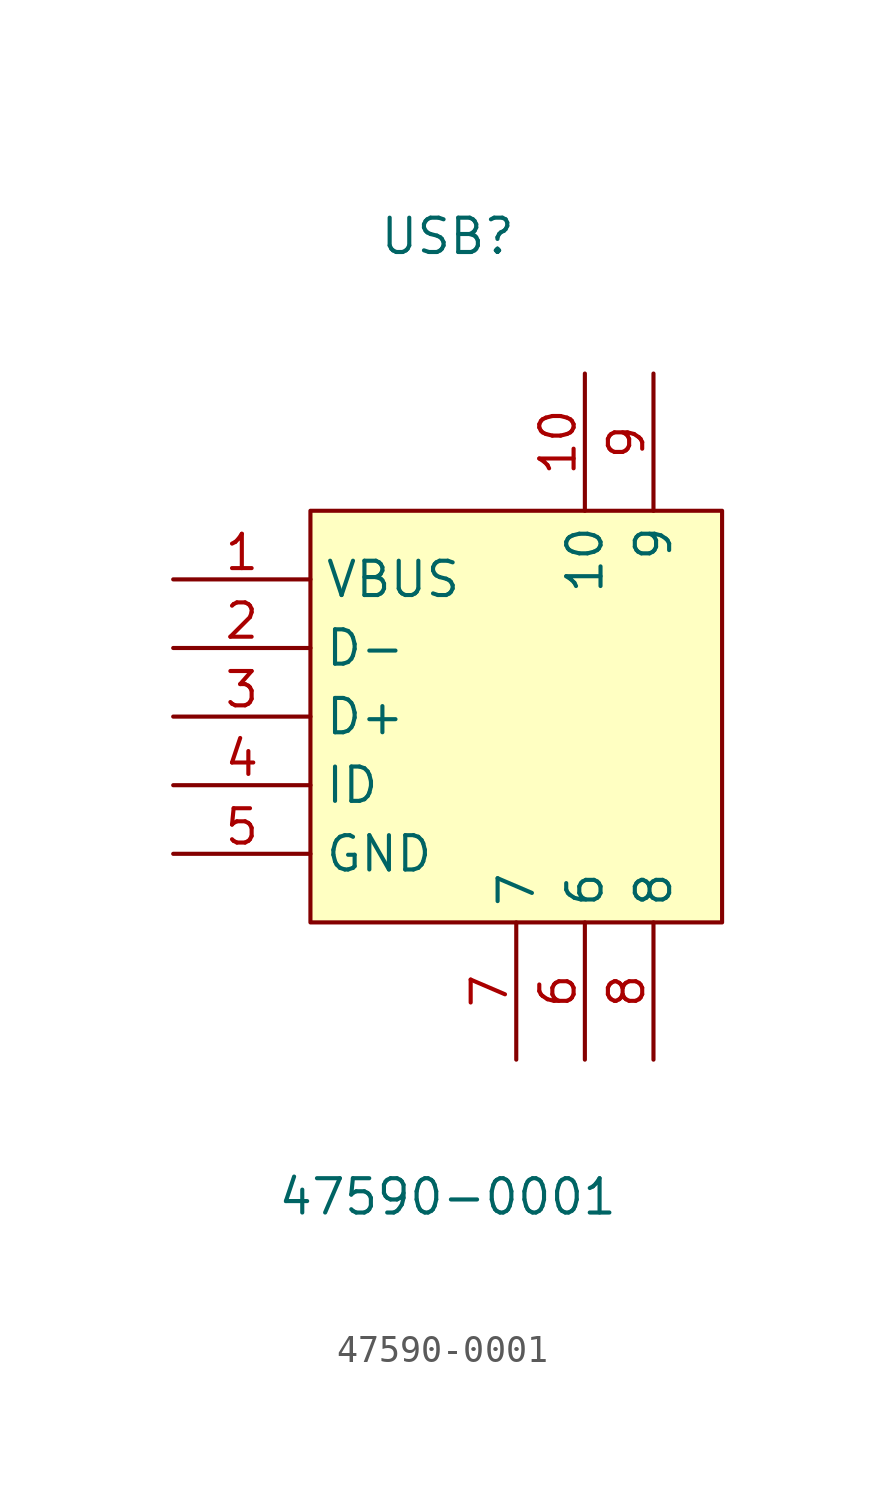
<source format=kicad_sym>
(kicad_symbol_lib
  (version 20211014)
  (generator https://github.com/uPesy/easyeda2kicad.py)
  (symbol "47590-0001"
    (property "Reference" "USB"
      (at 0 17.78 0)
      (effects (font (size 1.27 1.27))))
    (property "Value" "47590-0001"
      (at 0 -17.78 0)
      (effects (font (size 1.27 1.27))))
    (symbol "47590-0001_0_1"
      (rectangle (start -5.08 7.62) (end 10.16 -7.62) (stroke (width 0) (type default) (color 0 0 0 0)) (fill (type background)))
      (pin unspecified line (at -10.16 5.08 0) (length 5.08) (name "VBUS" (effects (font (size 1.27 1.27)))) (number "1" (effects (font (size 1.27 1.27)))))
      (pin unspecified line (at -10.16 2.54 0) (length 5.08) (name "D-" (effects (font (size 1.27 1.27)))) (number "2" (effects (font (size 1.27 1.27)))))
      (pin unspecified line (at -10.16 -0.00 0) (length 5.08) (name "D+" (effects (font (size 1.27 1.27)))) (number "3" (effects (font (size 1.27 1.27)))))
      (pin unspecified line (at -10.16 -2.54 0) (length 5.08) (name "ID" (effects (font (size 1.27 1.27)))) (number "4" (effects (font (size 1.27 1.27)))))
      (pin unspecified line (at -10.16 -5.08 0) (length 5.08) (name "GND" (effects (font (size 1.27 1.27)))) (number "5" (effects (font (size 1.27 1.27)))))
      (pin unspecified line (at 5.08 -12.70 90) (length 5.08) (name "6" (effects (font (size 1.27 1.27)))) (number "6" (effects (font (size 1.27 1.27)))))
      (pin unspecified line (at 2.54 -12.70 90) (length 5.08) (name "7" (effects (font (size 1.27 1.27)))) (number "7" (effects (font (size 1.27 1.27)))))
      (pin unspecified line (at 7.62 -12.70 90) (length 5.08) (name "8" (effects (font (size 1.27 1.27)))) (number "8" (effects (font (size 1.27 1.27)))))
      (pin unspecified line (at 7.62 12.70 270) (length 5.08) (name "9" (effects (font (size 1.27 1.27)))) (number "9" (effects (font (size 1.27 1.27)))))
      (pin unspecified line (at 5.08 12.70 270) (length 5.08) (name "10" (effects (font (size 1.27 1.27)))) (number "10" (effects (font (size 1.27 1.27))))))))
</source>
